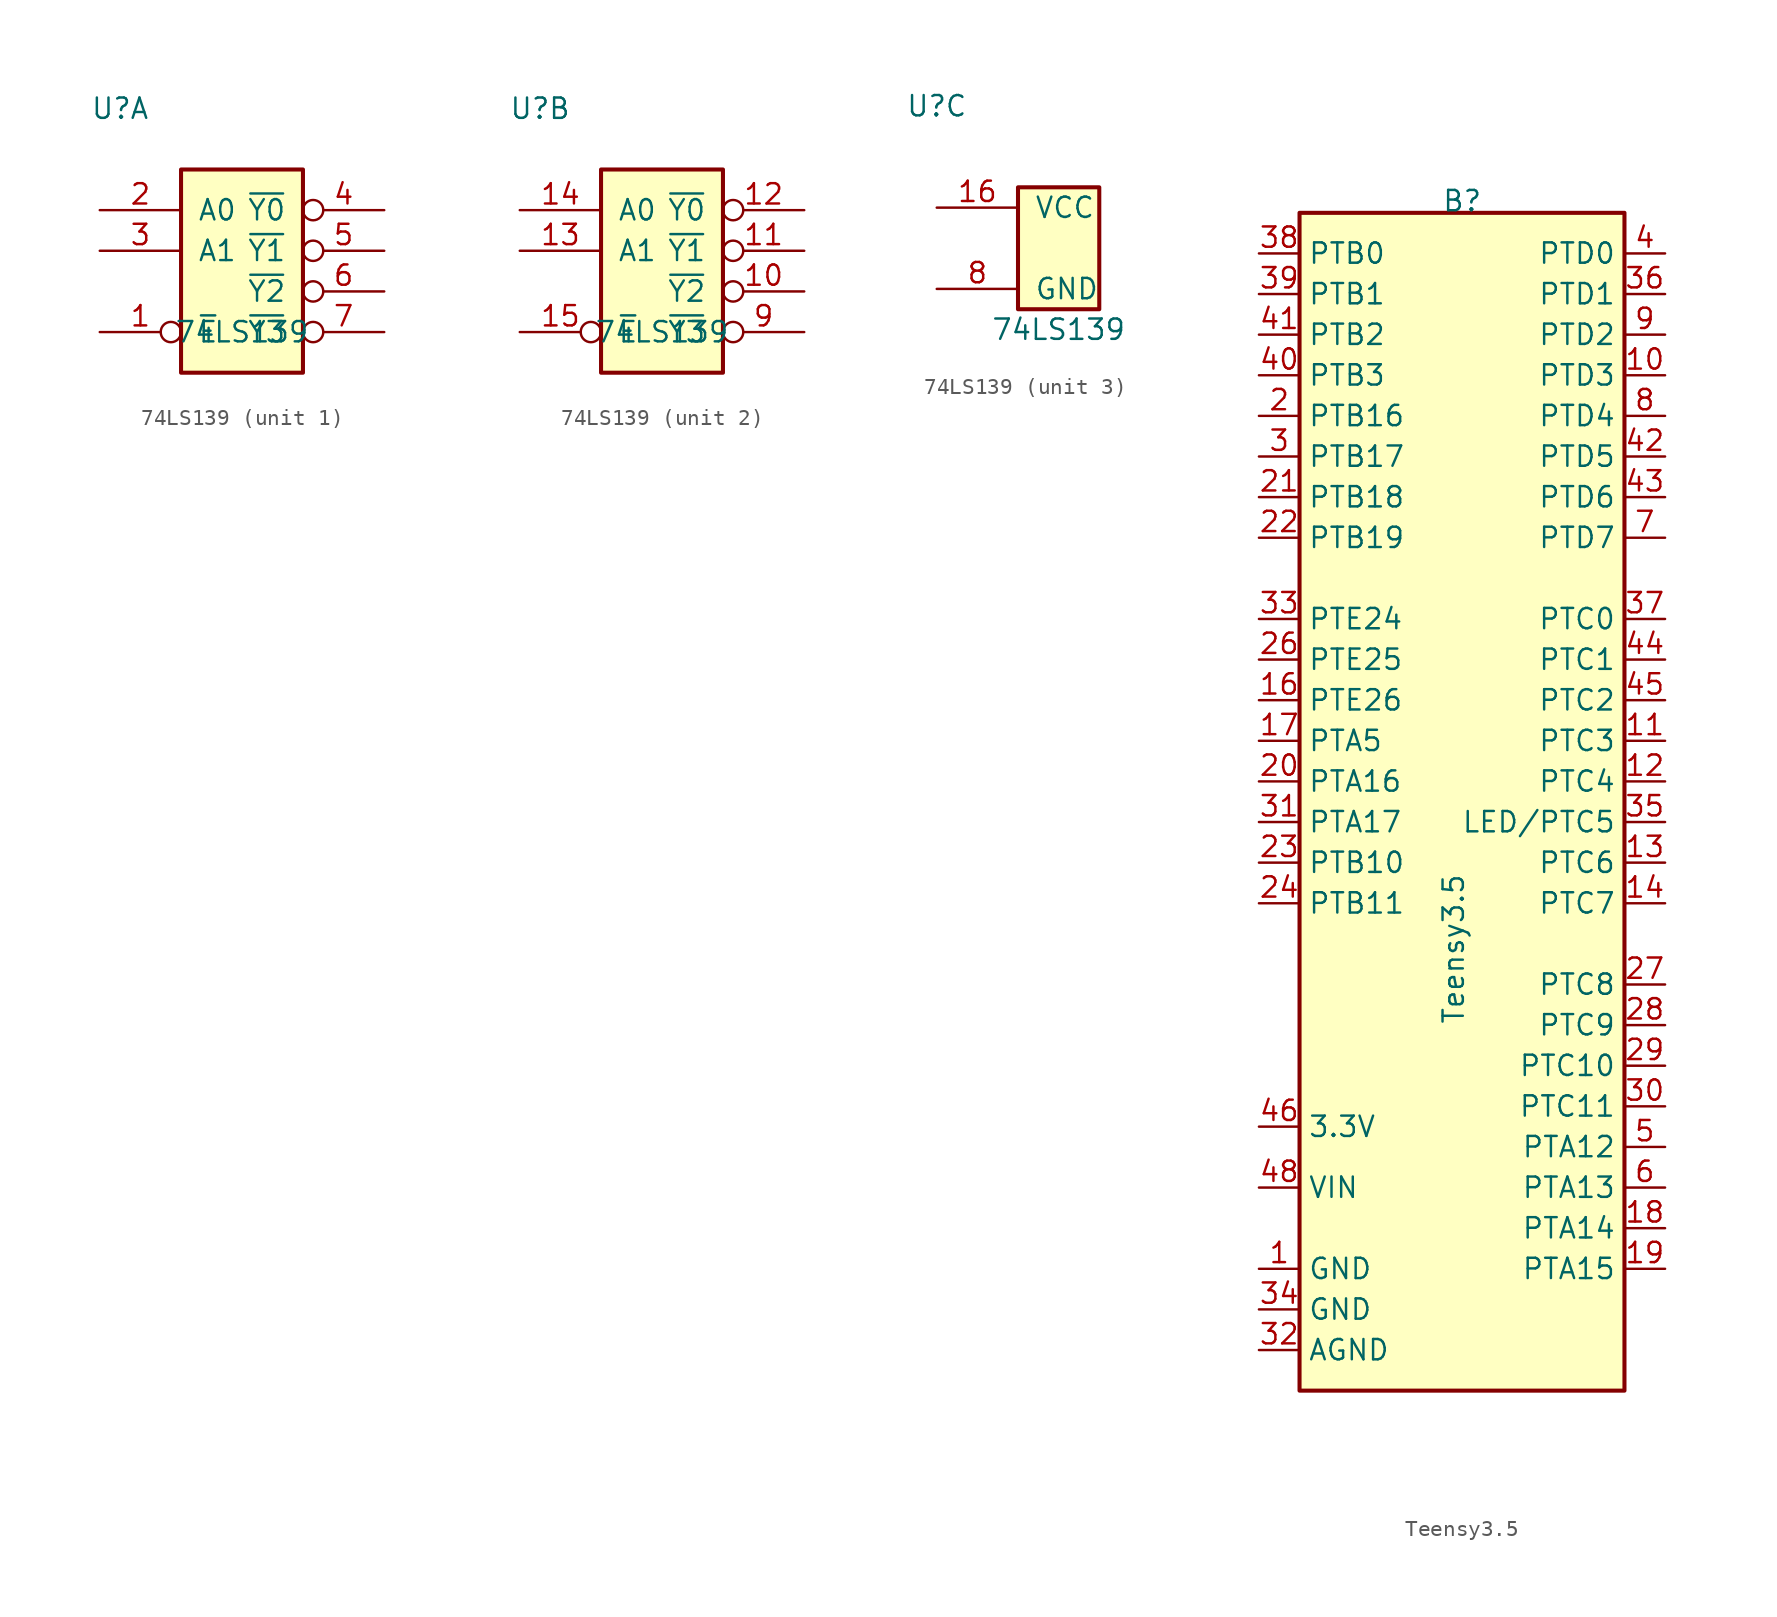
<source format=kicad_sym>
(kicad_symbol_lib
  (version 20211014)
  (generator kicad_symbol_editor)
  (symbol "74LS139"
    (pin_names
      (offset 1.016))
    (property "Reference" "U"
      (at -7.62 8.89 0)
      (effects (font (size 1.27 1.27))))
    (property "Value" "74LS139"
      (at 0 -5.08 0)
      (effects (font (size 1.27 1.27))))
    (property "ki_locked" ""
      (at 0 0 0)
      (effects (font (size 1.27 1.27))))
    (symbol "74LS139_1_0"
      (pin input inverted (at -8.89 -5.08 0) (length 5.08) (name "~{E}" (effects (font (size 1.27 1.27)))) (number "1" (effects (font (size 1.27 1.27)))))
      (pin input line (at -8.89 2.54 0) (length 5.08) (name "A0" (effects (font (size 1.27 1.27)))) (number "2" (effects (font (size 1.27 1.27)))))
      (pin input line (at -8.89 0 0) (length 5.08) (name "A1" (effects (font (size 1.27 1.27)))) (number "3" (effects (font (size 1.27 1.27)))))
      (pin output inverted (at 8.89 2.54 180) (length 5.08) (name "~{Y0}" (effects (font (size 1.27 1.27)))) (number "4" (effects (font (size 1.27 1.27)))))
      (pin output inverted (at 8.89 0 180) (length 5.08) (name "~{Y1}" (effects (font (size 1.27 1.27)))) (number "5" (effects (font (size 1.27 1.27)))))
      (pin output inverted (at 8.89 -2.54 180) (length 5.08) (name "~{Y2}" (effects (font (size 1.27 1.27)))) (number "6" (effects (font (size 1.27 1.27)))))
      (pin output inverted (at 8.89 -5.08 180) (length 5.08) (name "~{Y3}" (effects (font (size 1.27 1.27)))) (number "7" (effects (font (size 1.27 1.27))))))
    (symbol "74LS139_1_1"
      (rectangle (start -3.81 5.08) (end 3.81 -7.62) (stroke (width 0.254) (type default) (color 0 0 0 0)) (fill (type background))))
    (symbol "74LS139_2_0"
      (pin output inverted (at 8.89 -2.54 180) (length 5.08) (name "~{Y2}" (effects (font (size 1.27 1.27)))) (number "10" (effects (font (size 1.27 1.27)))))
      (pin output inverted (at 8.89 0 180) (length 5.08) (name "~{Y1}" (effects (font (size 1.27 1.27)))) (number "11" (effects (font (size 1.27 1.27)))))
      (pin output inverted (at 8.89 2.54 180) (length 5.08) (name "~{Y0}" (effects (font (size 1.27 1.27)))) (number "12" (effects (font (size 1.27 1.27)))))
      (pin input line (at -8.89 0 0) (length 5.08) (name "A1" (effects (font (size 1.27 1.27)))) (number "13" (effects (font (size 1.27 1.27)))))
      (pin input line (at -8.89 2.54 0) (length 5.08) (name "A0" (effects (font (size 1.27 1.27)))) (number "14" (effects (font (size 1.27 1.27)))))
      (pin input inverted (at -8.89 -5.08 0) (length 5.08) (name "~{E}" (effects (font (size 1.27 1.27)))) (number "15" (effects (font (size 1.27 1.27)))))
      (pin output inverted (at 8.89 -5.08 180) (length 5.08) (name "~{Y3}" (effects (font (size 1.27 1.27)))) (number "9" (effects (font (size 1.27 1.27))))))
    (symbol "74LS139_2_1"
      (rectangle (start -3.81 5.08) (end 3.81 -7.62) (stroke (width 0.254) (type default) (color 0 0 0 0)) (fill (type background))))
    (symbol "74LS139_3_0"
      (pin power_in line (at -7.62 2.54 0) (length 5.08) (name "VCC" (effects (font (size 1.27 1.27)))) (number "16" (effects (font (size 1.27 1.27)))))
      (pin power_in line (at -7.62 -2.54 0) (length 5.08) (name "GND" (effects (font (size 1.27 1.27)))) (number "8" (effects (font (size 1.27 1.27))))))
    (symbol "74LS139_3_1"
      (rectangle (start -2.54 3.81) (end 2.54 -3.81) (stroke (width 0.254) (type default) (color 0 0 0 0)) (fill (type background)))))
  (symbol "Teensy3.5"
    (property "Reference" "B"
      (at -1.27 30.48 0)
      (effects (font (size 1.27 1.27)) (justify left bottom)))
    (property "Value" "Teensy3.5"
      (at -1.27 -20.32 90)
      (effects (font (size 1.27 1.27)) (justify left top)))
    (symbol "Teensy3.5_0_1"
      (rectangle (start -10.16 -43.18) (end 10.16 30.48) (stroke (width 0.254) (type default) (color 0 0 0 0)) (fill (type background))))
    (symbol "Teensy3.5_1_1"
      (pin power_out line (at -12.7 -35.56 0) (length 2.54) (name "GND" (effects (font (size 1.27 1.27)))) (number "1" (effects (font (size 1.27 1.27)))))
      (pin bidirectional line (at 12.7 20.32 180) (length 2.54) (name "PTD3" (effects (font (size 1.27 1.27)))) (number "10" (effects (font (size 1.27 1.27)))))
      (pin bidirectional line (at 12.7 -2.54 180) (length 2.54) (name "PTC3" (effects (font (size 1.27 1.27)))) (number "11" (effects (font (size 1.27 1.27)))))
      (pin bidirectional line (at 12.7 -5.08 180) (length 2.54) (name "PTC4" (effects (font (size 1.27 1.27)))) (number "12" (effects (font (size 1.27 1.27)))))
      (pin bidirectional line (at 12.7 -10.16 180) (length 2.54) (name "PTC6" (effects (font (size 1.27 1.27)))) (number "13" (effects (font (size 1.27 1.27)))))
      (pin bidirectional line (at 12.7 -12.7 180) (length 2.54) (name "PTC7" (effects (font (size 1.27 1.27)))) (number "14" (effects (font (size 1.27 1.27)))))
      (pin power_out line (at -12.7 -26.67 0) (length 2.54) hide (name "3.3V" (effects (font (size 1.27 1.27)))) (number "15" (effects (font (size 1.27 1.27)))))
      (pin bidirectional line (at -12.7 0 0) (length 2.54) (name "PTE26" (effects (font (size 1.27 1.27)))) (number "16" (effects (font (size 1.27 1.27)))))
      (pin bidirectional line (at -12.7 -2.54 0) (length 2.54) (name "PTA5" (effects (font (size 1.27 1.27)))) (number "17" (effects (font (size 1.27 1.27)))))
      (pin bidirectional line (at 12.7 -33.02 180) (length 2.54) (name "PTA14" (effects (font (size 1.27 1.27)))) (number "18" (effects (font (size 1.27 1.27)))))
      (pin bidirectional line (at 12.7 -35.56 180) (length 2.54) (name "PTA15" (effects (font (size 1.27 1.27)))) (number "19" (effects (font (size 1.27 1.27)))))
      (pin bidirectional line (at -12.7 17.78 0) (length 2.54) (name "PTB16" (effects (font (size 1.27 1.27)))) (number "2" (effects (font (size 1.27 1.27)))))
      (pin bidirectional line (at -12.7 -5.08 0) (length 2.54) (name "PTA16" (effects (font (size 1.27 1.27)))) (number "20" (effects (font (size 1.27 1.27)))))
      (pin bidirectional line (at -12.7 12.7 0) (length 2.54) (name "PTB18" (effects (font (size 1.27 1.27)))) (number "21" (effects (font (size 1.27 1.27)))))
      (pin bidirectional line (at -12.7 10.16 0) (length 2.54) (name "PTB19" (effects (font (size 1.27 1.27)))) (number "22" (effects (font (size 1.27 1.27)))))
      (pin bidirectional line (at -12.7 -10.16 0) (length 2.54) (name "PTB10" (effects (font (size 1.27 1.27)))) (number "23" (effects (font (size 1.27 1.27)))))
      (pin bidirectional line (at -12.7 -12.7 0) (length 2.54) (name "PTB11" (effects (font (size 1.27 1.27)))) (number "24" (effects (font (size 1.27 1.27)))))
      (pin bidirectional line (at -12.7 2.54 0) (length 2.54) (name "PTE25" (effects (font (size 1.27 1.27)))) (number "26" (effects (font (size 1.27 1.27)))))
      (pin bidirectional line (at 12.7 -17.78 180) (length 2.54) (name "PTC8" (effects (font (size 1.27 1.27)))) (number "27" (effects (font (size 1.27 1.27)))))
      (pin bidirectional line (at 12.7 -20.32 180) (length 2.54) (name "PTC9" (effects (font (size 1.27 1.27)))) (number "28" (effects (font (size 1.27 1.27)))))
      (pin bidirectional line (at 12.7 -22.86 180) (length 2.54) (name "PTC10" (effects (font (size 1.27 1.27)))) (number "29" (effects (font (size 1.27 1.27)))))
      (pin bidirectional line (at -12.7 15.24 0) (length 2.54) (name "PTB17" (effects (font (size 1.27 1.27)))) (number "3" (effects (font (size 1.27 1.27)))))
      (pin bidirectional line (at 12.7 -25.4 180) (length 2.54) (name "PTC11" (effects (font (size 1.27 1.27)))) (number "30" (effects (font (size 1.27 1.27)))))
      (pin bidirectional line (at -12.7 -7.62 0) (length 2.54) (name "PTA17" (effects (font (size 1.27 1.27)))) (number "31" (effects (font (size 1.27 1.27)))))
      (pin power_in line (at -12.7 -40.64 0) (length 2.54) (name "AGND" (effects (font (size 1.27 1.27)))) (number "32" (effects (font (size 1.27 1.27)))))
      (pin bidirectional line (at -12.7 5.08 0) (length 2.54) (name "PTE24" (effects (font (size 1.27 1.27)))) (number "33" (effects (font (size 1.27 1.27)))))
      (pin power_in line (at -12.7 -38.1 0) (length 2.54) (name "GND" (effects (font (size 1.27 1.27)))) (number "34" (effects (font (size 1.27 1.27)))))
      (pin bidirectional line (at 12.7 -7.62 180) (length 2.54) (name "LED/PTC5" (effects (font (size 1.27 1.27)))) (number "35" (effects (font (size 1.27 1.27)))))
      (pin bidirectional line (at 12.7 25.4 180) (length 2.54) (name "PTD1" (effects (font (size 1.27 1.27)))) (number "36" (effects (font (size 1.27 1.27)))))
      (pin bidirectional line (at 12.7 5.08 180) (length 2.54) (name "PTC0" (effects (font (size 1.27 1.27)))) (number "37" (effects (font (size 1.27 1.27)))))
      (pin bidirectional line (at -12.7 27.94 0) (length 2.54) (name "PTB0" (effects (font (size 1.27 1.27)))) (number "38" (effects (font (size 1.27 1.27)))))
      (pin bidirectional line (at -12.7 25.4 0) (length 2.54) (name "PTB1" (effects (font (size 1.27 1.27)))) (number "39" (effects (font (size 1.27 1.27)))))
      (pin bidirectional line (at 12.7 27.94 180) (length 2.54) (name "PTD0" (effects (font (size 1.27 1.27)))) (number "4" (effects (font (size 1.27 1.27)))))
      (pin bidirectional line (at -12.7 20.32 0) (length 2.54) (name "PTB3" (effects (font (size 1.27 1.27)))) (number "40" (effects (font (size 1.27 1.27)))))
      (pin bidirectional line (at -12.7 22.86 0) (length 2.54) (name "PTB2" (effects (font (size 1.27 1.27)))) (number "41" (effects (font (size 1.27 1.27)))))
      (pin bidirectional line (at 12.7 15.24 180) (length 2.54) (name "PTD5" (effects (font (size 1.27 1.27)))) (number "42" (effects (font (size 1.27 1.27)))))
      (pin bidirectional line (at 12.7 12.7 180) (length 2.54) (name "PTD6" (effects (font (size 1.27 1.27)))) (number "43" (effects (font (size 1.27 1.27)))))
      (pin bidirectional line (at 12.7 2.54 180) (length 2.54) (name "PTC1" (effects (font (size 1.27 1.27)))) (number "44" (effects (font (size 1.27 1.27)))))
      (pin bidirectional line (at 12.7 0 180) (length 2.54) (name "PTC2" (effects (font (size 1.27 1.27)))) (number "45" (effects (font (size 1.27 1.27)))))
      (pin power_in line (at -12.7 -26.67 0) (length 2.54) (name "3.3V" (effects (font (size 1.27 1.27)))) (number "46" (effects (font (size 1.27 1.27)))))
      (pin power_out line (at -12.7 -30.48 0) (length 2.54) (name "VIN" (effects (font (size 1.27 1.27)))) (number "48" (effects (font (size 1.27 1.27)))))
      (pin bidirectional line (at 12.7 -27.94 180) (length 2.54) (name "PTA12" (effects (font (size 1.27 1.27)))) (number "5" (effects (font (size 1.27 1.27)))))
      (pin bidirectional line (at 12.7 -30.48 180) (length 2.54) (name "PTA13" (effects (font (size 1.27 1.27)))) (number "6" (effects (font (size 1.27 1.27)))))
      (pin bidirectional line (at 12.7 10.16 180) (length 2.54) (name "PTD7" (effects (font (size 1.27 1.27)))) (number "7" (effects (font (size 1.27 1.27)))))
      (pin bidirectional line (at 12.7 17.78 180) (length 2.54) (name "PTD4" (effects (font (size 1.27 1.27)))) (number "8" (effects (font (size 1.27 1.27)))))
      (pin bidirectional line (at 12.7 22.86 180) (length 2.54) (name "PTD2" (effects (font (size 1.27 1.27)))) (number "9" (effects (font (size 1.27 1.27))))))))
</source>
